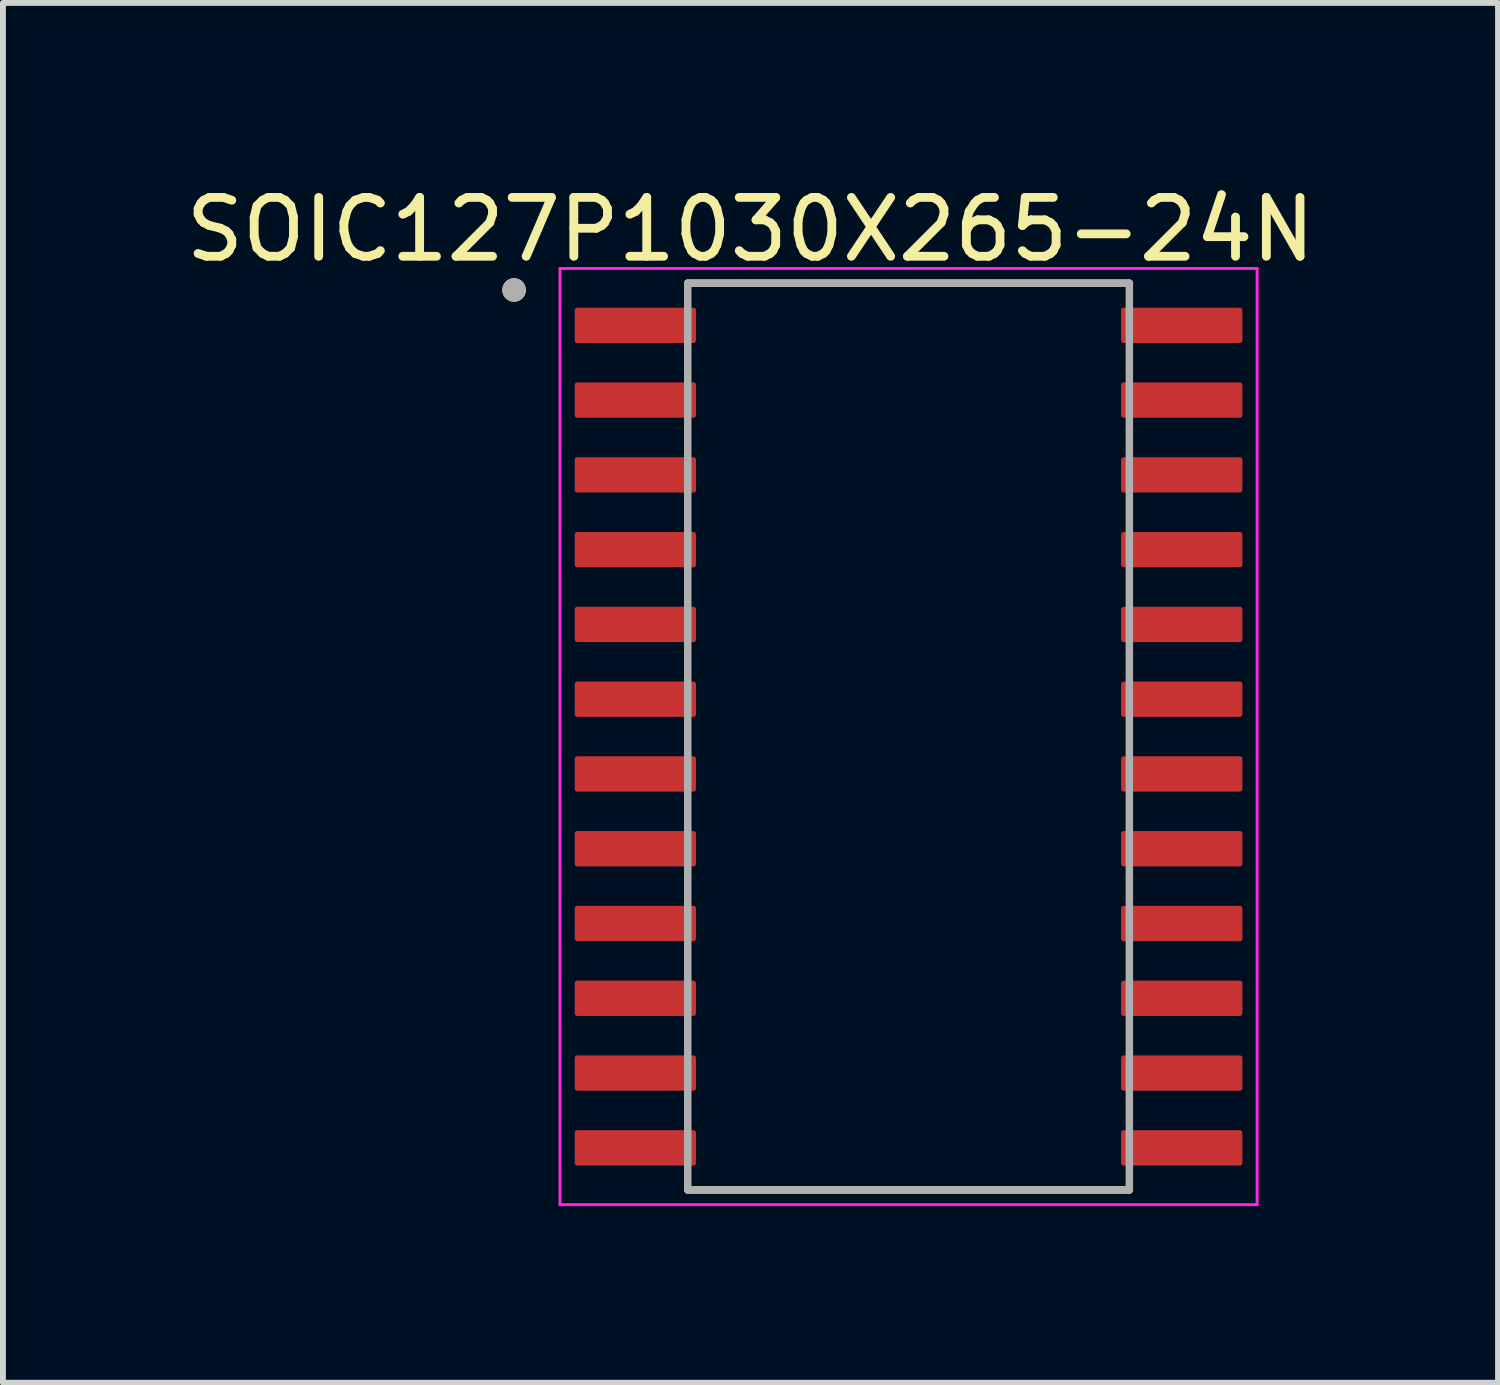
<source format=kicad_pcb>
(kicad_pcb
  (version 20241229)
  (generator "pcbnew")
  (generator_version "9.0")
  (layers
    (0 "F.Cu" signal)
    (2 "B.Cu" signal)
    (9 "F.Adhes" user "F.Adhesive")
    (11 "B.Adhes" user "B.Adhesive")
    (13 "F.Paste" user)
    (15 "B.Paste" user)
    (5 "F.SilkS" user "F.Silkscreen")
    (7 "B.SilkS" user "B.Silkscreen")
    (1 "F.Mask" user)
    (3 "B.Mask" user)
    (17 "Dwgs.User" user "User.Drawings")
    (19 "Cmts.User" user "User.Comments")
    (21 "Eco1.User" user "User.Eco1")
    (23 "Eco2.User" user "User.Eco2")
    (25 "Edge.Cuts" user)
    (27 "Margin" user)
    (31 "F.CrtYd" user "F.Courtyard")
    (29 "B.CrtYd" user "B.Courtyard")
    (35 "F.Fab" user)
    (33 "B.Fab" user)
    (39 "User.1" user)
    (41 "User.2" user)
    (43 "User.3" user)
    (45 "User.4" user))
  (footprint "SOIC127P1030X265-24N"
    (layer "F.Cu")
    (at 12.381 9.46)
    (property "Reference" "SOIC127P1030X265-24N" (at -2.685 -8.612 0) (layer "F.SilkS") (effects (font (size 1 1) (thickness 0.15))))
    (attr smd)
    (fp_line (start -3.75 -7.7) (end 3.75 -7.7) (stroke (width 0.127) (type solid)) (layer "F.SilkS"))
    (fp_line (start -3.75 7.7) (end 3.75 7.7) (stroke (width 0.127) (type solid)) (layer "F.SilkS"))
    (fp_circle (center -6.7 -7.585) (end -6.6 -7.585) (stroke (width 0.2) (type solid)) (fill no) (layer "F.SilkS"))
    (fp_line (start -5.92 -7.95) (end -5.92 7.95) (stroke (width 0.05) (type solid)) (layer "F.CrtYd"))
    (fp_line (start -5.92 -7.95) (end 5.92 -7.95) (stroke (width 0.05) (type solid)) (layer "F.CrtYd"))
    (fp_line (start -5.92 7.95) (end 5.92 7.95) (stroke (width 0.05) (type solid)) (layer "F.CrtYd"))
    (fp_line (start 5.92 -7.95) (end 5.92 7.95) (stroke (width 0.05) (type solid)) (layer "F.CrtYd"))
    (fp_line (start -3.75 -7.7) (end -3.75 7.7) (stroke (width 0.127) (type solid)) (layer "F.Fab"))
    (fp_line (start -3.75 -7.7) (end 3.75 -7.7) (stroke (width 0.127) (type solid)) (layer "F.Fab"))
    (fp_line (start -3.75 7.7) (end 3.75 7.7) (stroke (width 0.127) (type solid)) (layer "F.Fab"))
    (fp_line (start 3.75 -7.7) (end 3.75 7.7) (stroke (width 0.127) (type solid)) (layer "F.Fab"))
    (fp_circle (center -6.7 -7.585) (end -6.6 -7.585) (stroke (width 0.2) (type solid)) (fill no) (layer "F.Fab"))
    (pad "1" smd roundrect (at -4.64 -6.985) (size 2.06 0.6) (layers "F.Cu" "F.Mask" "F.Paste") (roundrect_rratio 0.07))
    (pad "2" smd roundrect (at -4.64 -5.715) (size 2.06 0.6) (layers "F.Cu" "F.Mask" "F.Paste") (roundrect_rratio 0.07))
    (pad "3" smd roundrect (at -4.64 -4.445) (size 2.06 0.6) (layers "F.Cu" "F.Mask" "F.Paste") (roundrect_rratio 0.07))
    (pad "4" smd roundrect (at -4.64 -3.175) (size 2.06 0.6) (layers "F.Cu" "F.Mask" "F.Paste") (roundrect_rratio 0.07))
    (pad "5" smd roundrect (at -4.64 -1.905) (size 2.06 0.6) (layers "F.Cu" "F.Mask" "F.Paste") (roundrect_rratio 0.07))
    (pad "6" smd roundrect (at -4.64 -0.635) (size 2.06 0.6) (layers "F.Cu" "F.Mask" "F.Paste") (roundrect_rratio 0.07))
    (pad "7" smd roundrect (at -4.64 0.635) (size 2.06 0.6) (layers "F.Cu" "F.Mask" "F.Paste") (roundrect_rratio 0.07))
    (pad "8" smd roundrect (at -4.64 1.905) (size 2.06 0.6) (layers "F.Cu" "F.Mask" "F.Paste") (roundrect_rratio 0.07))
    (pad "9" smd roundrect (at -4.64 3.175) (size 2.06 0.6) (layers "F.Cu" "F.Mask" "F.Paste") (roundrect_rratio 0.07))
    (pad "10" smd roundrect (at -4.64 4.445) (size 2.06 0.6) (layers "F.Cu" "F.Mask" "F.Paste") (roundrect_rratio 0.07))
    (pad "11" smd roundrect (at -4.64 5.715) (size 2.06 0.6) (layers "F.Cu" "F.Mask" "F.Paste") (roundrect_rratio 0.07))
    (pad "12" smd roundrect (at -4.64 6.985) (size 2.06 0.6) (layers "F.Cu" "F.Mask" "F.Paste") (roundrect_rratio 0.07))
    (pad "13" smd roundrect (at 4.64 6.985) (size 2.06 0.6) (layers "F.Cu" "F.Mask" "F.Paste") (roundrect_rratio 0.07))
    (pad "14" smd roundrect (at 4.64 5.715) (size 2.06 0.6) (layers "F.Cu" "F.Mask" "F.Paste") (roundrect_rratio 0.07))
    (pad "15" smd roundrect (at 4.64 4.445) (size 2.06 0.6) (layers "F.Cu" "F.Mask" "F.Paste") (roundrect_rratio 0.07))
    (pad "16" smd roundrect (at 4.64 3.175) (size 2.06 0.6) (layers "F.Cu" "F.Mask" "F.Paste") (roundrect_rratio 0.07))
    (pad "17" smd roundrect (at 4.64 1.905) (size 2.06 0.6) (layers "F.Cu" "F.Mask" "F.Paste") (roundrect_rratio 0.07))
    (pad "18" smd roundrect (at 4.64 0.635) (size 2.06 0.6) (layers "F.Cu" "F.Mask" "F.Paste") (roundrect_rratio 0.07))
    (pad "19" smd roundrect (at 4.64 -0.635) (size 2.06 0.6) (layers "F.Cu" "F.Mask" "F.Paste") (roundrect_rratio 0.07))
    (pad "20" smd roundrect (at 4.64 -1.905) (size 2.06 0.6) (layers "F.Cu" "F.Mask" "F.Paste") (roundrect_rratio 0.07))
    (pad "21" smd roundrect (at 4.64 -3.175) (size 2.06 0.6) (layers "F.Cu" "F.Mask" "F.Paste") (roundrect_rratio 0.07))
    (pad "22" smd roundrect (at 4.64 -4.445) (size 2.06 0.6) (layers "F.Cu" "F.Mask" "F.Paste") (roundrect_rratio 0.07))
    (pad "23" smd roundrect (at 4.64 -5.715) (size 2.06 0.6) (layers "F.Cu" "F.Mask" "F.Paste") (roundrect_rratio 0.07))
    (pad "24" smd roundrect (at 4.64 -6.985) (size 2.06 0.6) (layers "F.Cu" "F.Mask" "F.Paste") (roundrect_rratio 0.07)))
  (gr_rect
    (start -3 -3)
    (end 22.393 20.435)
    (stroke (width 0.1) (type default))
    (fill no)
    (layer "Edge.Cuts")))
</source>
